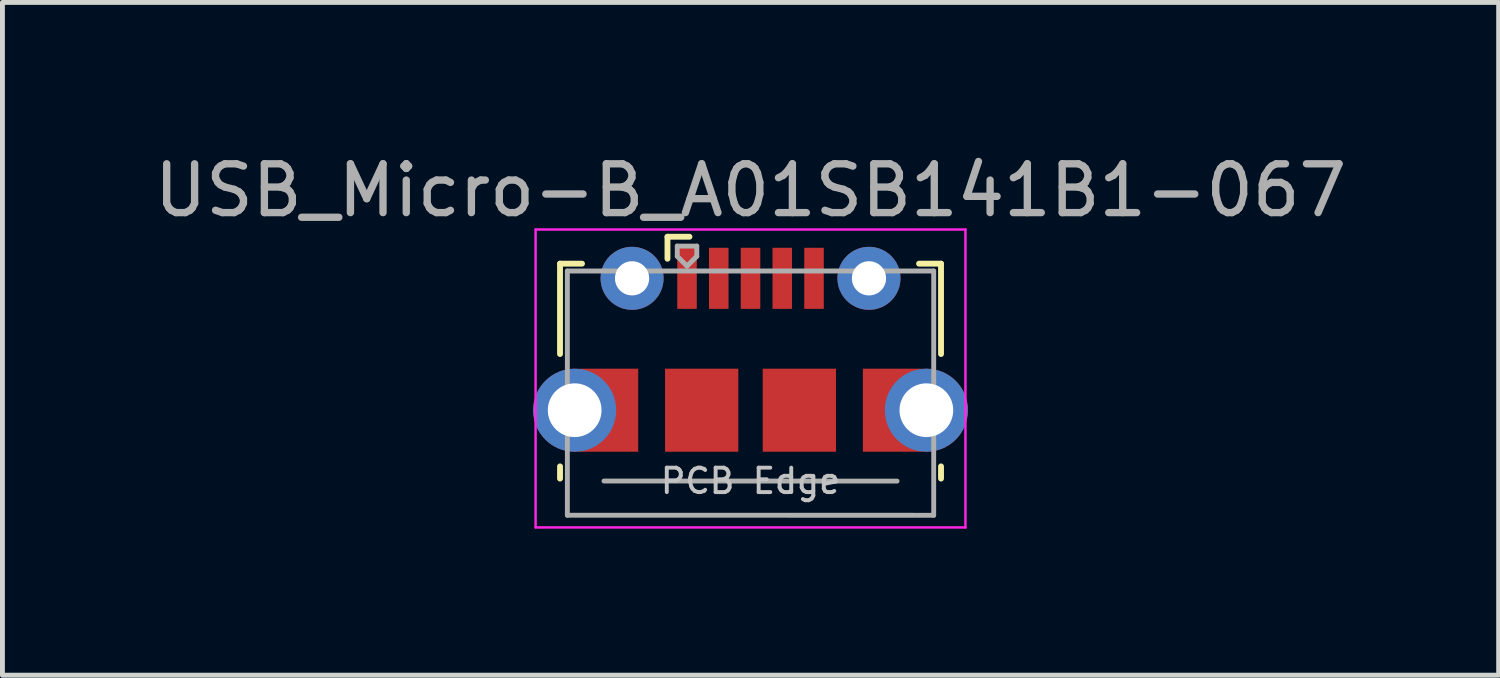
<source format=kicad_pcb>
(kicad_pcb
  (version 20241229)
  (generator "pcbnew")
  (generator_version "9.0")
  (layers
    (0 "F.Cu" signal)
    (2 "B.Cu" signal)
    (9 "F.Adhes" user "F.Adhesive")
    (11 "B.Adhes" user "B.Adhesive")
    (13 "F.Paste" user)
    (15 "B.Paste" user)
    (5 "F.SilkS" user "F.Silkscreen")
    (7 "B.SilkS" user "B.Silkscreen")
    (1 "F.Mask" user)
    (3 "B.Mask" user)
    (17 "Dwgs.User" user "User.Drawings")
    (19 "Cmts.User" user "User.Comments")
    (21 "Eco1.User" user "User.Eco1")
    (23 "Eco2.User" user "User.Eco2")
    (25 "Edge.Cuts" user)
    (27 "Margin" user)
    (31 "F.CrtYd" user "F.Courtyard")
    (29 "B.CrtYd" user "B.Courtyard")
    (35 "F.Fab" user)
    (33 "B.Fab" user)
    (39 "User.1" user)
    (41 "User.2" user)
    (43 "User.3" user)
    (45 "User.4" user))
  (footprint "USB_Micro-B_A01SB141B1-067"
    (layer "F.Cu")
    (at 12.315 5.348)
    (property "Reference" "USB_Micro-B_A01SB141B1-067" (at 0 -4.5 0) (layer "F.Fab") (effects (font (size 1 1) (thickness 0.15))))
    (attr smd)
    (fp_line (start -3.9 -3) (end -3.45 -3) (stroke (width 0.12) (type solid)) (layer "F.SilkS"))
    (fp_line (start -3.9 -1.15) (end -3.9 -3) (stroke (width 0.12) (type solid)) (layer "F.SilkS"))
    (fp_line (start -3.9 1.4) (end -3.9 1.15) (stroke (width 0.12) (type solid)) (layer "F.SilkS"))
    (fp_line (start -1.7 -3.551) (end -1.7 -3.101) (stroke (width 0.12) (type solid)) (layer "F.SilkS"))
    (fp_line (start -1.7 -3.551) (end -1.25 -3.551) (stroke (width 0.12) (type solid)) (layer "F.SilkS"))
    (fp_line (start 3.9 -3) (end 3.45 -3) (stroke (width 0.12) (type solid)) (layer "F.SilkS"))
    (fp_line (start 3.9 -1.15) (end 3.9 -3) (stroke (width 0.12) (type solid)) (layer "F.SilkS"))
    (fp_line (start 3.9 1.4) (end 3.9 1.15) (stroke (width 0.12) (type solid)) (layer "F.SilkS"))
    (fp_line (start -4.4 -3.7) (end 4.4 -3.7) (stroke (width 0.05) (type solid)) (layer "F.CrtYd"))
    (fp_line (start -4.4 2.4) (end -4.4 -3.7) (stroke (width 0.05) (type solid)) (layer "F.CrtYd"))
    (fp_line (start -4.4 2.4) (end 4.4 2.4) (stroke (width 0.05) (type solid)) (layer "F.CrtYd"))
    (fp_line (start 4.4 -3.7) (end 4.4 2.4) (stroke (width 0.05) (type solid)) (layer "F.CrtYd"))
    (fp_line (start -3.75 -2.85) (end 3.75 -2.85) (stroke (width 0.1) (type solid)) (layer "F.Fab"))
    (fp_line (start -3.75 2.15) (end -3.75 -2.85) (stroke (width 0.1) (type solid)) (layer "F.Fab"))
    (fp_line (start -3.75 2.15) (end 3.75 2.151) (stroke (width 0.1) (type solid)) (layer "F.Fab"))
    (fp_line (start -3 1.45) (end 3 1.451) (stroke (width 0.1) (type solid)) (layer "F.Fab"))
    (fp_line (start -1.5 -3.36) (end -1.5 -3.15) (stroke (width 0.1) (type solid)) (layer "F.Fab"))
    (fp_line (start -1.5 -3.36) (end -1.1 -3.36) (stroke (width 0.1) (type solid)) (layer "F.Fab"))
    (fp_line (start -1.3 -2.951) (end -1.5 -3.151) (stroke (width 0.1) (type solid)) (layer "F.Fab"))
    (fp_line (start -1.1 -3.36) (end -1.1 -3.15) (stroke (width 0.1) (type solid)) (layer "F.Fab"))
    (fp_line (start -1.1 -3.151) (end -1.3 -2.951) (stroke (width 0.1) (type solid)) (layer "F.Fab"))
    (fp_line (start 3.75 2.15) (end 3.75 -2.85) (stroke (width 0.1) (type solid)) (layer "F.Fab"))
    (fp_text user "PCB Edge" (at 0 1.449 0) (layer "Dwgs.User") (effects (font (size 0.5 0.5) (thickness 0.08))))
    (pad "1" smd rect (at -1.3 -2.7) (size 0.4 1.25) (layers "F.Cu" "F.Mask" "F.Paste"))
    (pad "2" smd rect (at -0.65 -2.7) (size 0.4 1.25) (layers "F.Cu" "F.Mask" "F.Paste"))
    (pad "3" smd rect (at 0 -2.7) (size 0.4 1.25) (layers "F.Cu" "F.Mask" "F.Paste"))
    (pad "4" smd rect (at 0.65 -2.7) (size 0.4 1.25) (layers "F.Cu" "F.Mask" "F.Paste"))
    (pad "5" smd rect (at 1.3 -2.7) (size 0.4 1.25) (layers "F.Cu" "F.Mask" "F.Paste"))
    (pad "6" thru_hole circle (at -2.425 -2.7) (size 1.29 1.29) (drill 0.7) (layers "*.Cu" "*.Mask" "F.Paste"))
    (pad "6" thru_hole circle (at 2.425 -2.7) (size 1.29 1.29) (drill 0.7) (layers "*.Cu" "*.Mask"))
    (pad "GND" thru_hole circle (at -3.6 0 180) (size 1.7 1.7) (drill oval 1.1) (layers "*.Cu" "*.Mask" "F.Paste"))
    (pad "GND" smd rect (at -2.9 0) (size 1.2 1.7) (layers "F.Cu" "F.Mask"))
    (pad "GND" smd rect (at -1 0) (size 1.5 1.7) (layers "F.Cu" "F.Mask" "F.Paste"))
    (pad "GND" smd rect (at 1 0) (size 1.5 1.7) (layers "F.Cu" "F.Mask" "F.Paste"))
    (pad "GND" smd rect (at 2.9 0) (size 1.2 1.7) (layers "F.Cu" "F.Mask"))
    (pad "GND" thru_hole circle (at 3.6 0) (size 1.7 1.7) (drill oval 1.1) (layers "*.Cu" "*.Mask" "F.Paste")))
  (gr_rect
    (start -3 -3)
    (end 27.631 10.773)
    (stroke (width 0.1) (type default))
    (fill no)
    (layer "Edge.Cuts")))
</source>
